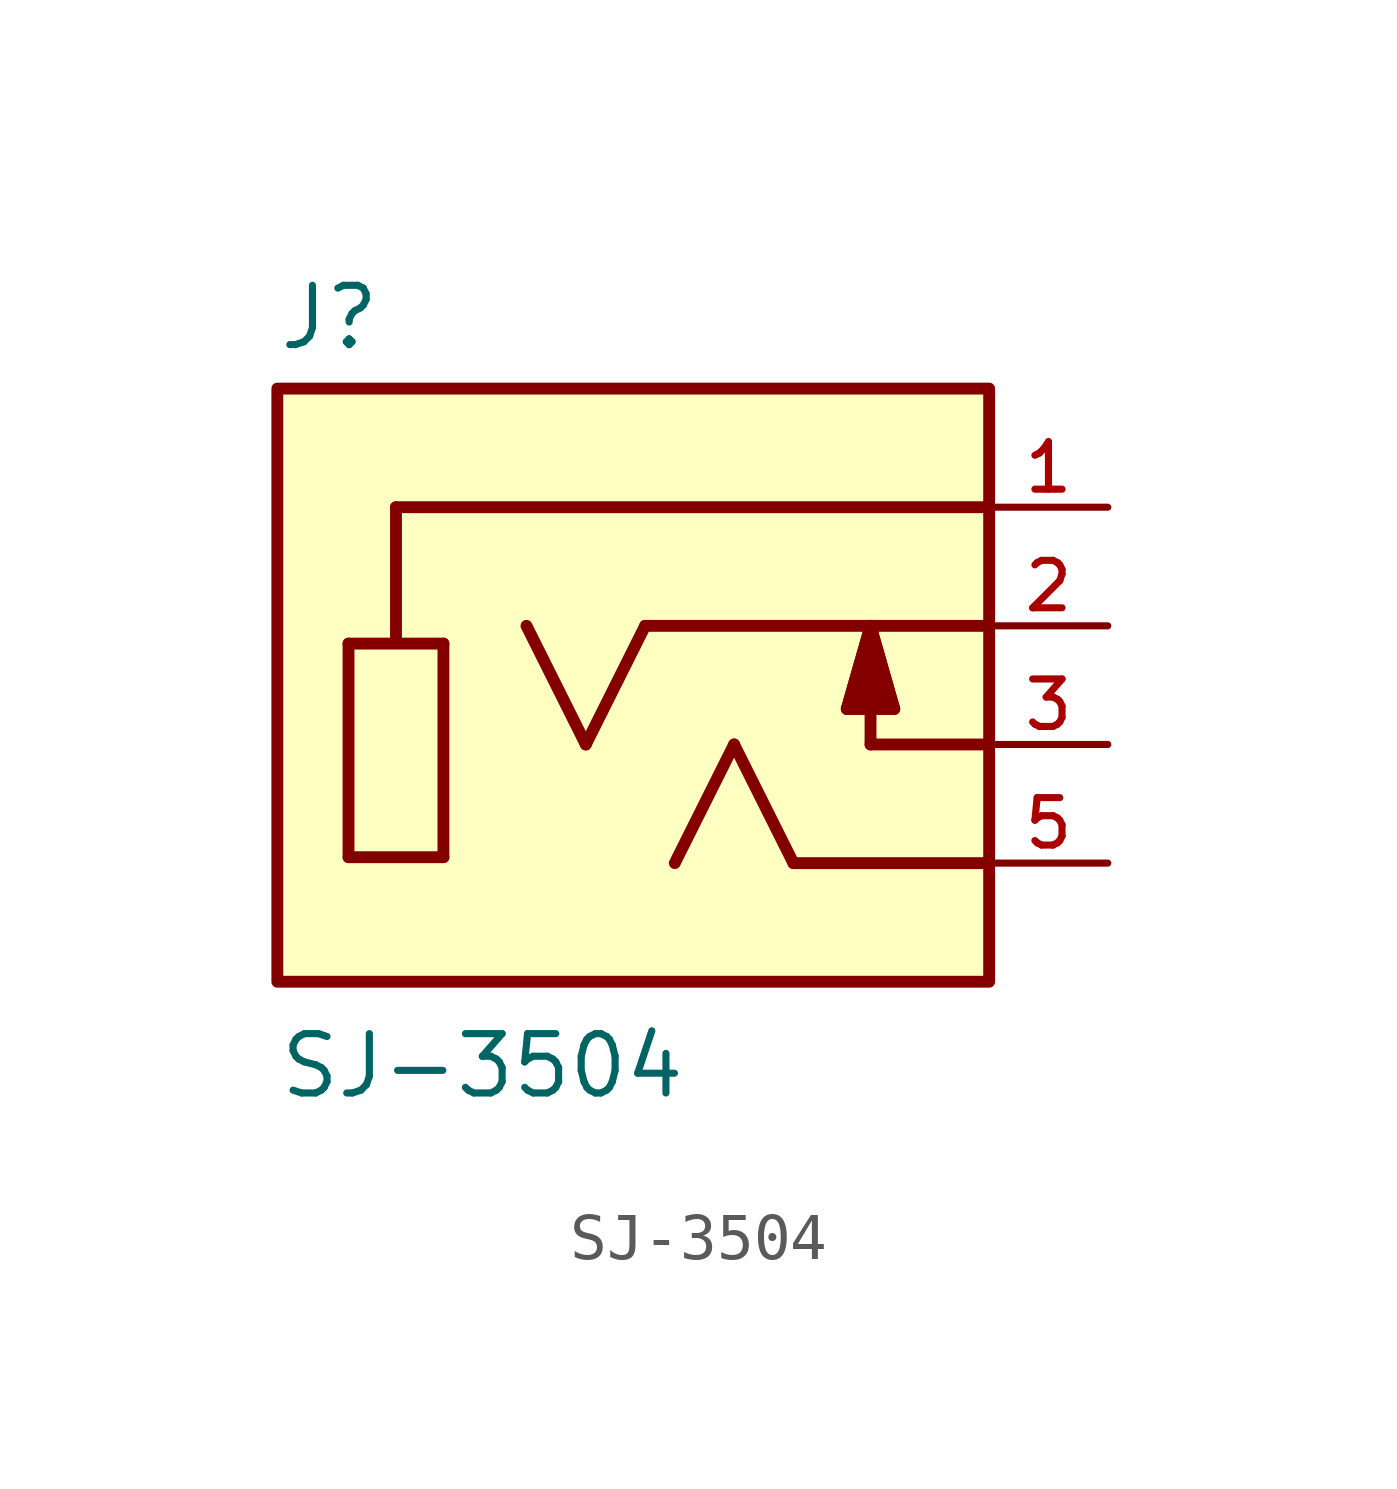
<source format=kicad_sym>
(kicad_symbol_lib
  (version 20211014)
  (generator kicad_symbol_editor)
  (symbol "SJ-3504"
    (pin_names
      (offset 1.016))
    (property "Reference" "J"
      (at -7.634 8.398 0)
      (effects (font (size 1.27 1.27)) (justify bottom left)))
    (property "Value" "SJ-3504"
      (at -7.625 -7.625 0)
      (effects (font (size 1.27 1.27)) (justify bottom left)))
    (symbol "SJ-3504_0_0"
      (polyline (pts (xy -6.096 2.159) (xy -6.096 -2.413)) (stroke (width 0.254)))
      (polyline (pts (xy -6.096 -2.413) (xy -4.064 -2.413)) (stroke (width 0.254)))
      (polyline (pts (xy -4.064 -2.413) (xy -4.064 2.159)) (stroke (width 0.254)))
      (polyline (pts (xy -4.064 2.159) (xy -6.096 2.159)) (stroke (width 0.254)))
      (polyline (pts (xy -2.286 2.54) (xy -1.016 0.0)) (stroke (width 0.254)))
      (polyline (pts (xy -1.016 0.0) (xy 0.254 2.54)) (stroke (width 0.254)))
      (polyline (pts (xy 0.254 2.54) (xy 5.08 2.54)) (stroke (width 0.254)))
      (polyline (pts (xy 5.08 2.54) (xy 7.62 2.54)) (stroke (width 0.254)))
      (polyline (pts (xy 4.572 0.762) (xy 5.08 2.54)) (stroke (width 0.254)))
      (polyline (pts (xy 5.08 2.54) (xy 5.588 0.762)) (stroke (width 0.254)))
      (polyline (pts (xy 5.588 0.762) (xy 5.08 0.762)) (stroke (width 0.254)))
      (polyline (pts (xy 5.588 0.762) (xy 4.572 0.762) (xy 5.08 2.54) (xy 5.588 0.762)) (stroke (width 0.254)) (fill (type outline)))
      (polyline (pts (xy 5.08 0.762) (xy 4.572 0.762)) (stroke (width 0.254)))
      (polyline (pts (xy 7.62 0.0) (xy 5.08 0.0)) (stroke (width 0.254)))
      (polyline (pts (xy 5.08 0.0) (xy 5.08 0.762)) (stroke (width 0.254)))
      (polyline (pts (xy 3.429 -2.54) (xy 7.62 -2.54)) (stroke (width 0.254)))
      (polyline (pts (xy 0.889 -2.54) (xy 2.159 0.0)) (stroke (width 0.254)))
      (polyline (pts (xy 2.159 0.0) (xy 3.429 -2.54)) (stroke (width 0.254)))
      (polyline (pts (xy 7.62 5.08) (xy -5.08 5.08)) (stroke (width 0.254)))
      (polyline (pts (xy -5.08 5.08) (xy -5.08 2.286)) (stroke (width 0.254)))
      (rectangle (start -7.62 -5.08) (end 7.62 7.62) (stroke (width 0.254)) (fill (type background)))
      (pin passive line (at 10.16 5.08 180.0) (length 2.54) (name "~" (effects (font (size 1.016 1.016)))) (number "1" (effects (font (size 1.016 1.016)))))
      (pin passive line (at 10.16 2.54 180.0) (length 2.54) (name "~" (effects (font (size 1.016 1.016)))) (number "2" (effects (font (size 1.016 1.016)))))
      (pin passive line (at 10.16 0.0 180.0) (length 2.54) (name "~" (effects (font (size 1.016 1.016)))) (number "3" (effects (font (size 1.016 1.016)))))
      (pin passive line (at 10.16 -2.54 180.0) (length 2.54) (name "~" (effects (font (size 1.016 1.016)))) (number "5" (effects (font (size 1.016 1.016))))))))
</source>
